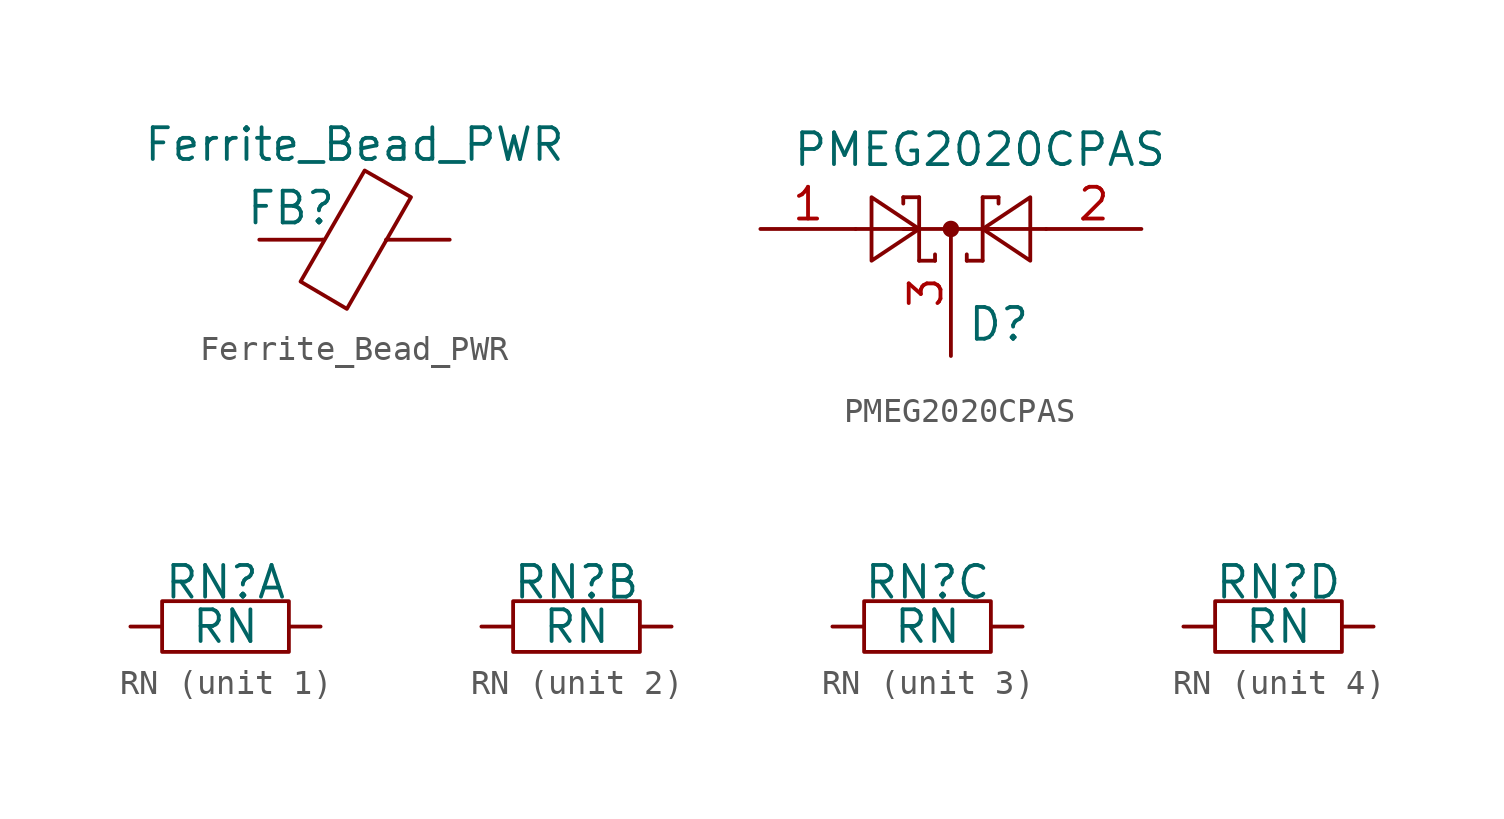
<source format=kicad_sym>
(kicad_symbol_lib
  (version 20201005)
  (generator kicad_symbol_editor)
  (symbol "Ferrite_Bead_PWR"
    (pin_numbers hide)
    (pin_names
      (offset 0))
    (property "Reference" "FB"
      (at -2.54 1.27 0)
      (effects (font (size 1.27 1.27))))
    (property "Value" "Ferrite_Bead_PWR"
      (at 0 3.81 0)
      (effects (font (size 1.27 1.27))))
    (symbol "Ferrite_Bead_PWR_0_1"
      (polyline (pts (xy -1.27 0) (xy -1.219 0)) (stroke (width 0)) (fill (type none)))
      (polyline (pts (xy 1.27 0) (xy 1.295 0)) (stroke (width 0)) (fill (type none)))
      (polyline (pts (xy 0.406 2.769) (xy 2.261 1.702) (xy -0.305 -2.769) (xy -2.159 -1.676) (xy 0.406 2.769)) (stroke (width 0)) (fill (type none))))
    (symbol "Ferrite_Bead_PWR_1_1"
      (pin power_out line (at 3.81 0 180) (length 2.54) (name "~" (effects (font (size 1.27 1.27)))) (number "1" (effects (font (size 1.27 1.27)))))
      (pin passive line (at -3.81 0 0) (length 2.54) (name "~" (effects (font (size 1.27 1.27)))) (number "2" (effects (font (size 1.27 1.27)))))))
  (symbol "PMEG2020CPAS"
    (pin_names
      (offset 1.016))
    (property "Reference" "D"
      (at 0.635 -3.81 0)
      (effects (font (size 1.27 1.27)) (justify left)))
    (property "Value" "PMEG2020CPAS"
      (at -6.35 3.175 0)
      (effects (font (size 1.27 1.27)) (justify left)))
    (symbol "PMEG2020CPAS_0_1"
      (circle (center 0 0) (radius 0.254) (stroke (width 0)) (fill (type outline)))
      (polyline (pts (xy -1.905 0) (xy 1.905 0)) (stroke (width 0)) (fill (type none)))
      (polyline (pts (xy -1.905 1.27) (xy -1.905 1.016)) (stroke (width 0)) (fill (type none)))
      (polyline (pts (xy -1.27 -1.27) (xy -0.635 -1.27)) (stroke (width 0)) (fill (type none)))
      (polyline (pts (xy -1.27 0) (xy -3.81 0)) (stroke (width 0)) (fill (type none)))
      (polyline (pts (xy -1.27 1.27) (xy -1.905 1.27)) (stroke (width 0)) (fill (type none)))
      (polyline (pts (xy -1.27 1.27) (xy -1.27 -1.27)) (stroke (width 0)) (fill (type none)))
      (polyline (pts (xy -0.635 -1.27) (xy -0.635 -1.016)) (stroke (width 0)) (fill (type none)))
      (polyline (pts (xy 0.635 -1.27) (xy 0.635 -1.016)) (stroke (width 0)) (fill (type none)))
      (polyline (pts (xy 1.27 -1.27) (xy 0.635 -1.27)) (stroke (width 0)) (fill (type none)))
      (polyline (pts (xy 1.27 1.27) (xy 1.27 -1.27)) (stroke (width 0)) (fill (type none)))
      (polyline (pts (xy 1.27 1.27) (xy 1.905 1.27)) (stroke (width 0)) (fill (type none)))
      (polyline (pts (xy 1.905 1.27) (xy 1.905 1.016)) (stroke (width 0)) (fill (type none)))
      (polyline (pts (xy 3.81 0) (xy 1.27 0)) (stroke (width 0)) (fill (type none)))
      (polyline (pts (xy -3.175 -1.27) (xy -3.175 1.27) (xy -1.27 0) (xy -3.175 -1.27)) (stroke (width 0)) (fill (type none)))
      (polyline (pts (xy 3.175 -1.27) (xy 3.175 1.27) (xy 1.27 0) (xy 3.175 -1.27)) (stroke (width 0)) (fill (type none))))
    (symbol "PMEG2020CPAS_1_1"
      (pin passive line (at -7.62 0 0) (length 3.81) (name "~" (effects (font (size 1.27 1.27)))) (number "1" (effects (font (size 1.27 1.27)))))
      (pin passive line (at 7.62 0 180) (length 3.81) (name "~" (effects (font (size 1.27 1.27)))) (number "2" (effects (font (size 1.27 1.27)))))
      (pin passive line (at 0 -5.08 90) (length 5.08) (name "~" (effects (font (size 1.27 1.27)))) (number "3" (effects (font (size 1.27 1.27)))))))
  (symbol "RN"
    (pin_numbers hide)
    (pin_names
      (offset 0))
    (property "Reference" "RN"
      (at 0 1.778 0)
      (effects (font (size 1.27 1.27))))
    (property "Value" "RN"
      (at 0 0 0)
      (effects (font (size 1.27 1.27))))
    (symbol "RN_0_1"
      (rectangle (start -2.54 -1.016) (end 2.54 1.016) (stroke (width 0)) (fill (type none))))
    (symbol "RN_1_1"
      (pin passive line (at -3.81 0 0) (length 1.27) (name "~" (effects (font (size 1.27 1.27)))) (number "4" (effects (font (size 1.27 1.27)))))
      (pin passive line (at 3.81 0 180) (length 1.27) (name "~" (effects (font (size 1.27 1.27)))) (number "5" (effects (font (size 1.27 1.27))))))
    (symbol "RN_2_1"
      (pin passive line (at -3.81 0 0) (length 1.27) (name "~" (effects (font (size 1.27 1.27)))) (number "3" (effects (font (size 1.27 1.27)))))
      (pin passive line (at 3.81 0 180) (length 1.27) (name "~" (effects (font (size 1.27 1.27)))) (number "6" (effects (font (size 1.27 1.27))))))
    (symbol "RN_3_1"
      (pin passive line (at -3.81 0 0) (length 1.27) (name "~" (effects (font (size 1.27 1.27)))) (number "2" (effects (font (size 1.27 1.27)))))
      (pin passive line (at 3.81 0 180) (length 1.27) (name "~" (effects (font (size 1.27 1.27)))) (number "7" (effects (font (size 1.27 1.27))))))
    (symbol "RN_4_1"
      (pin passive line (at -3.81 0 0) (length 1.27) (name "~" (effects (font (size 1.27 1.27)))) (number "1" (effects (font (size 1.27 1.27)))))
      (pin passive line (at 3.81 0 180) (length 1.27) (name "~" (effects (font (size 1.27 1.27)))) (number "8" (effects (font (size 1.27 1.27))))))))
</source>
